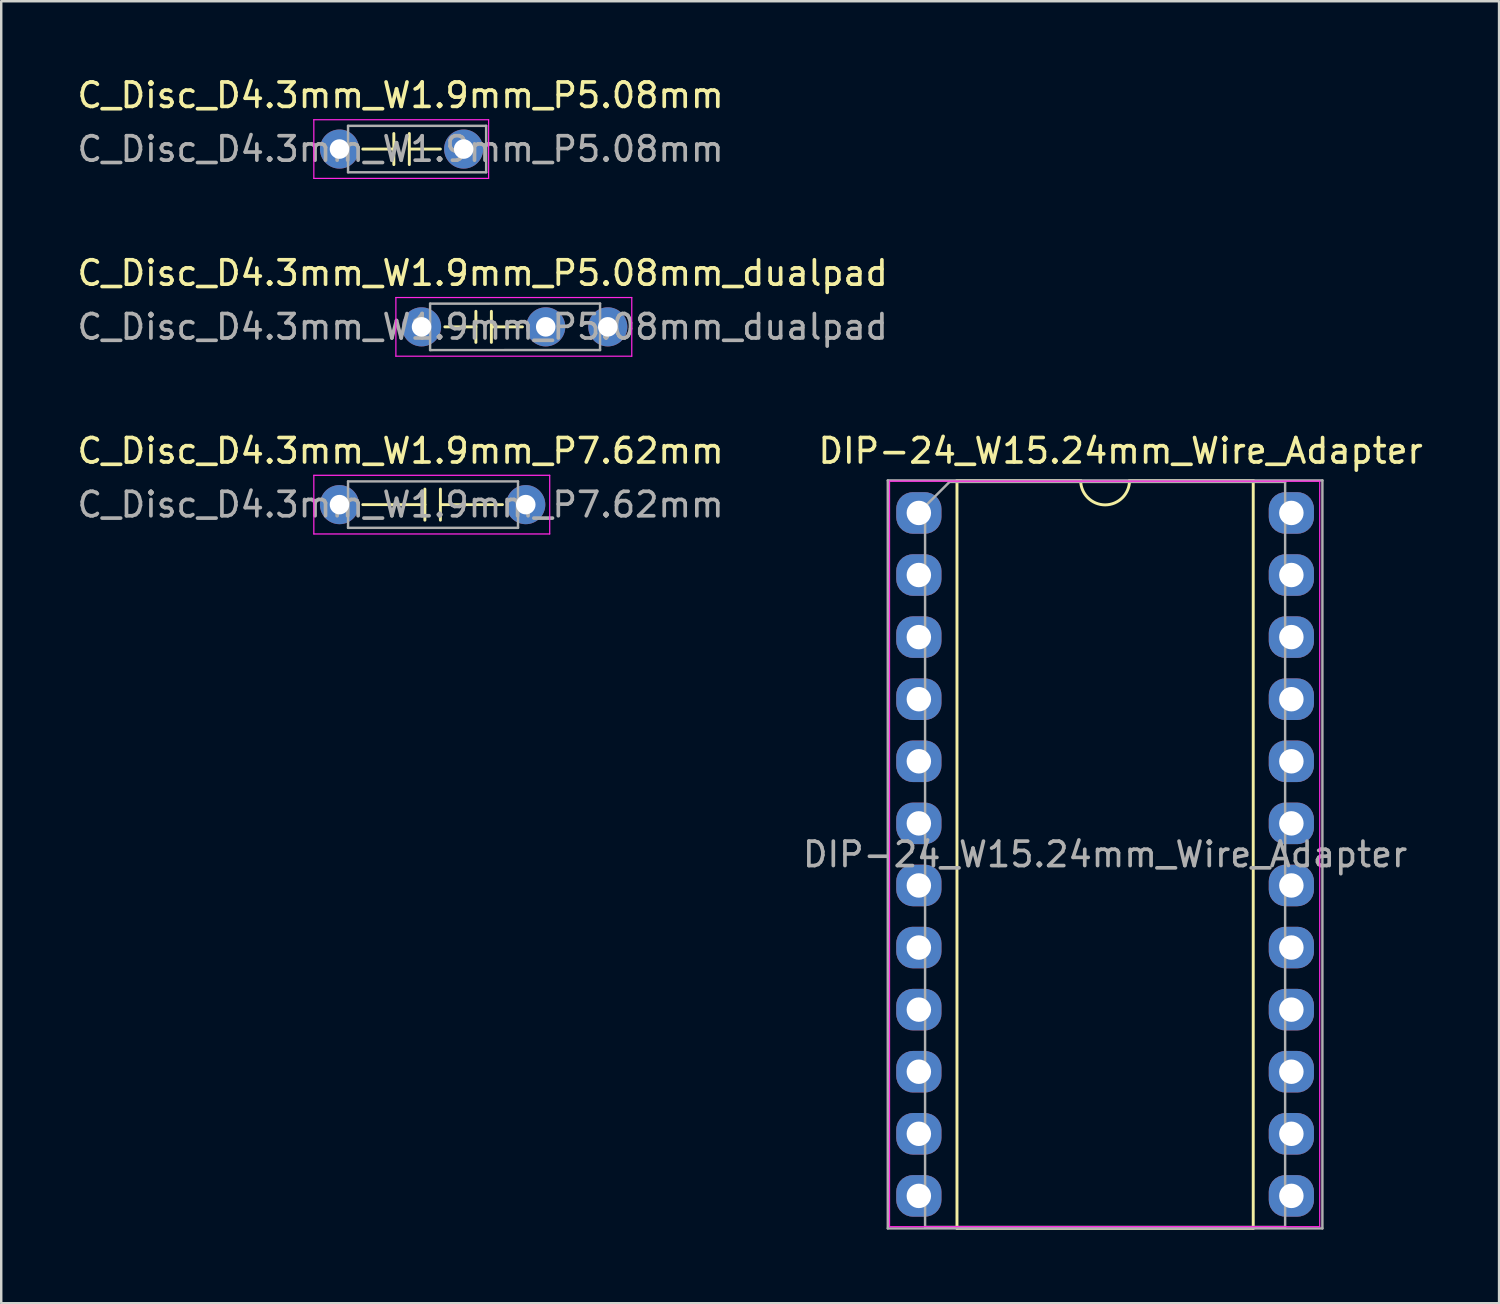
<source format=kicad_pcb>
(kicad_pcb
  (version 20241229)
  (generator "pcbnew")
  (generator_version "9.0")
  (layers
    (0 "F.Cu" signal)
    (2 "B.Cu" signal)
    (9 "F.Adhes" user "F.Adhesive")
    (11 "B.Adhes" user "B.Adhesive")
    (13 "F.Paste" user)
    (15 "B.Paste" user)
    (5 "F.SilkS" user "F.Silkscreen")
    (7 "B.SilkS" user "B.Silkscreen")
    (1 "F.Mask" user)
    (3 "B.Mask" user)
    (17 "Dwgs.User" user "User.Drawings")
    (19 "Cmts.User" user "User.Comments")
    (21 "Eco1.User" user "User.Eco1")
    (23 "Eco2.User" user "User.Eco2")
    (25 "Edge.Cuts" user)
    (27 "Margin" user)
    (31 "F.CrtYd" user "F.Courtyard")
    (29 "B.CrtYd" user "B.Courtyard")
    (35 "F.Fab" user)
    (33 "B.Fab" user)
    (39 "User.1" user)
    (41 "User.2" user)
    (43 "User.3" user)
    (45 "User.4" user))
  (footprint "C_Disc_D4.3mm_W1.9mm_P5.08mm"
    (layer "F.Cu")
    (at 10.839 3.048)
    (property "Reference" "C_Disc_D4.3mm_W1.9mm_P5.08mm" (at 2.5 -2.2 0) (layer "F.SilkS") (effects (font (size 1 1) (thickness 0.15))))
    (attr through_hole)
    (fp_line (start 0.953 0) (end 2.223 0) (stroke (width 0.12) (type solid)) (layer "F.SilkS"))
    (fp_line (start 2.223 -0.635) (end 2.223 0.635) (stroke (width 0.12) (type solid)) (layer "F.SilkS"))
    (fp_line (start 2.857 -0.635) (end 2.857 0.635) (stroke (width 0.12) (type solid)) (layer "F.SilkS"))
    (fp_line (start 2.857 0) (end 4.128 0) (stroke (width 0.12) (type solid)) (layer "F.SilkS"))
    (fp_line (start -1.05 -1.2) (end -1.05 1.2) (stroke (width 0.05) (type solid)) (layer "F.CrtYd"))
    (fp_line (start -1.05 1.2) (end 6.1 1.2) (stroke (width 0.05) (type solid)) (layer "F.CrtYd"))
    (fp_line (start 6.1 -1.2) (end -1.05 -1.2) (stroke (width 0.05) (type solid)) (layer "F.CrtYd"))
    (fp_line (start 6.1 1.2) (end 6.1 -1.2) (stroke (width 0.05) (type solid)) (layer "F.CrtYd"))
    (fp_line (start 0.35 -0.95) (end 0.35 0.95) (stroke (width 0.1) (type solid)) (layer "F.Fab"))
    (fp_line (start 0.35 0.95) (end 6 0.95) (stroke (width 0.1) (type solid)) (layer "F.Fab"))
    (fp_line (start 6 -0.95) (end 0.35 -0.95) (stroke (width 0.1) (type solid)) (layer "F.Fab"))
    (fp_line (start 6 0.95) (end 6 -0.95) (stroke (width 0.1) (type solid)) (layer "F.Fab"))
    (fp_text user "${REFERENCE}" (at 2.5 0 0) (layer "F.Fab") (effects (font (size 1 1) (thickness 0.15))))
    (pad "1" thru_hole circle (at 0 0) (size 1.6 1.6) (drill 0.8) (layers "*.Cu" "*.Mask"))
    (pad "2" thru_hole circle (at 5.08 0) (size 1.6 1.6) (drill 0.8) (layers "*.Cu" "*.Mask")))
  (footprint "DIP-24_W15.24mm_Wire_Adapter"
    (layer "F.Cu")
    (at 34.541 17.935)
    (property "Reference" "DIP-24_W15.24mm_Wire_Adapter" (at 8.255 -2.54 0) (layer "F.SilkS") (effects (font (size 1 1) (thickness 0.15))))
    (attr through_hole)
    (fp_line (start 1.56 -1.33) (end 1.56 29.27) (stroke (width 0.12) (type solid)) (layer "F.SilkS"))
    (fp_line (start 1.56 29.27) (end 13.68 29.27) (stroke (width 0.12) (type solid)) (layer "F.SilkS"))
    (fp_line (start 6.62 -1.33) (end 1.56 -1.33) (stroke (width 0.12) (type solid)) (layer "F.SilkS"))
    (fp_line (start 13.68 -1.33) (end 8.62 -1.33) (stroke (width 0.12) (type solid)) (layer "F.SilkS"))
    (fp_line (start 13.68 29.27) (end 13.68 -1.33) (stroke (width 0.12) (type solid)) (layer "F.SilkS"))
    (fp_arc (start 8.62 -1.33) (mid 7.62 -0.33) (end 6.62 -1.33) (stroke (width 0.12) (type solid)) (layer "F.SilkS"))
    (fp_line (start -1.2 -1.3) (end -1.2 29.2) (stroke (width 0.05) (type solid)) (layer "F.CrtYd"))
    (fp_line (start -1.2 29.2) (end 16.4 29.2) (stroke (width 0.05) (type solid)) (layer "F.CrtYd"))
    (fp_line (start 16.4 -1.3) (end -1.2 -1.3) (stroke (width 0.05) (type solid)) (layer "F.CrtYd"))
    (fp_line (start 16.4 29.2) (end 16.4 -1.3) (stroke (width 0.05) (type solid)) (layer "F.CrtYd"))
    (fp_line (start -1.27 -1.33) (end -1.27 29.27) (stroke (width 0.1) (type solid)) (layer "F.Fab"))
    (fp_line (start -1.27 29.27) (end 16.51 29.27) (stroke (width 0.1) (type solid)) (layer "F.Fab"))
    (fp_line (start 0.255 -0.27) (end 1.255 -1.27) (stroke (width 0.1) (type solid)) (layer "F.Fab"))
    (fp_line (start 0.255 29.21) (end 0.255 -0.27) (stroke (width 0.1) (type solid)) (layer "F.Fab"))
    (fp_line (start 1.255 -1.27) (end 14.985 -1.27) (stroke (width 0.1) (type solid)) (layer "F.Fab"))
    (fp_line (start 14.985 -1.27) (end 14.985 29.21) (stroke (width 0.1) (type solid)) (layer "F.Fab"))
    (fp_line (start 14.985 29.21) (end 0.255 29.21) (stroke (width 0.1) (type solid)) (layer "F.Fab"))
    (fp_line (start 16.51 -1.33) (end -1.27 -1.33) (stroke (width 0.1) (type solid)) (layer "F.Fab"))
    (fp_line (start 16.51 29.27) (end 16.51 -1.33) (stroke (width 0.1) (type solid)) (layer "F.Fab"))
    (fp_text user "${REFERENCE}" (at 7.62 13.97 0) (layer "F.Fab") (effects (font (size 1 1) (thickness 0.15))))
    (pad "1" thru_hole roundrect (at 0 0) (size 1.85 1.7) (drill 1) (layers "*.Cu" "*.Mask") (roundrect_rratio 0.4))
    (pad "2" thru_hole roundrect (at 0 2.54) (size 1.85 1.7) (drill 1) (layers "*.Cu" "*.Mask") (roundrect_rratio 0.4))
    (pad "3" thru_hole roundrect (at 0 5.08) (size 1.85 1.7) (drill 1) (layers "*.Cu" "*.Mask") (roundrect_rratio 0.4))
    (pad "4" thru_hole roundrect (at 0 7.62) (size 1.85 1.7) (drill 1) (layers "*.Cu" "*.Mask") (roundrect_rratio 0.4))
    (pad "5" thru_hole roundrect (at 0 10.16) (size 1.85 1.7) (drill 1) (layers "*.Cu" "*.Mask") (roundrect_rratio 0.4))
    (pad "6" thru_hole roundrect (at 0 12.7) (size 1.85 1.7) (drill 1) (layers "*.Cu" "*.Mask") (roundrect_rratio 0.4))
    (pad "7" thru_hole roundrect (at 0 15.24) (size 1.85 1.7) (drill 1) (layers "*.Cu" "*.Mask") (roundrect_rratio 0.4))
    (pad "8" thru_hole roundrect (at 0 17.78) (size 1.85 1.7) (drill 1) (layers "*.Cu" "*.Mask") (roundrect_rratio 0.4))
    (pad "9" thru_hole roundrect (at 0 20.32) (size 1.85 1.7) (drill 1) (layers "*.Cu" "*.Mask") (roundrect_rratio 0.4))
    (pad "10" thru_hole roundrect (at 0 22.86) (size 1.85 1.7) (drill 1) (layers "*.Cu" "*.Mask") (roundrect_rratio 0.4))
    (pad "11" thru_hole roundrect (at 0 25.4) (size 1.85 1.7) (drill 1) (layers "*.Cu" "*.Mask") (roundrect_rratio 0.4))
    (pad "12" thru_hole roundrect (at 0 27.94) (size 1.85 1.7) (drill 1) (layers "*.Cu" "*.Mask") (roundrect_rratio 0.4))
    (pad "13" thru_hole roundrect (at 15.24 27.94) (size 1.85 1.7) (drill 1) (layers "*.Cu" "*.Mask") (roundrect_rratio 0.4))
    (pad "14" thru_hole roundrect (at 15.24 25.4) (size 1.85 1.7) (drill 1) (layers "*.Cu" "*.Mask") (roundrect_rratio 0.4))
    (pad "15" thru_hole roundrect (at 15.24 22.86) (size 1.85 1.7) (drill 1) (layers "*.Cu" "*.Mask") (roundrect_rratio 0.4))
    (pad "16" thru_hole roundrect (at 15.24 20.32) (size 1.85 1.7) (drill 1) (layers "*.Cu" "*.Mask") (roundrect_rratio 0.4))
    (pad "17" thru_hole roundrect (at 15.24 17.78) (size 1.85 1.7) (drill 1) (layers "*.Cu" "*.Mask") (roundrect_rratio 0.4))
    (pad "18" thru_hole roundrect (at 15.24 15.24) (size 1.85 1.7) (drill 1) (layers "*.Cu" "*.Mask") (roundrect_rratio 0.4))
    (pad "19" thru_hole roundrect (at 15.24 12.7) (size 1.85 1.7) (drill 1) (layers "*.Cu" "*.Mask") (roundrect_rratio 0.4))
    (pad "20" thru_hole roundrect (at 15.24 10.16) (size 1.85 1.7) (drill 1) (layers "*.Cu" "*.Mask") (roundrect_rratio 0.4))
    (pad "21" thru_hole roundrect (at 15.24 7.62) (size 1.85 1.7) (drill 1) (layers "*.Cu" "*.Mask") (roundrect_rratio 0.4))
    (pad "22" thru_hole roundrect (at 15.24 5.08) (size 1.85 1.7) (drill 1) (layers "*.Cu" "*.Mask") (roundrect_rratio 0.4))
    (pad "23" thru_hole roundrect (at 15.24 2.54) (size 1.85 1.7) (drill 1) (layers "*.Cu" "*.Mask") (roundrect_rratio 0.4))
    (pad "24" thru_hole roundrect (at 15.24 0) (size 1.85 1.7) (drill 1) (layers "*.Cu" "*.Mask") (roundrect_rratio 0.4)))
  (footprint "C_Disc_D4.3mm_W1.9mm_P7.62mm"
    (layer "F.Cu")
    (at 10.839 17.595)
    (property "Reference" "C_Disc_D4.3mm_W1.9mm_P7.62mm" (at 2.5 -2.2 0) (layer "F.SilkS") (effects (font (size 1 1) (thickness 0.15))))
    (attr through_hole)
    (fp_line (start 0.953 0) (end 3.493 0) (stroke (width 0.12) (type solid)) (layer "F.SilkS"))
    (fp_line (start 3.493 -0.635) (end 3.493 0.635) (stroke (width 0.12) (type solid)) (layer "F.SilkS"))
    (fp_line (start 4.128 -0.635) (end 4.128 0.635) (stroke (width 0.12) (type solid)) (layer "F.SilkS"))
    (fp_line (start 4.128 0) (end 6.668 0) (stroke (width 0.12) (type solid)) (layer "F.SilkS"))
    (fp_line (start -1.05 -1.2) (end -1.05 1.2) (stroke (width 0.05) (type solid)) (layer "F.CrtYd"))
    (fp_line (start -1.05 1.2) (end 8.6 1.2) (stroke (width 0.05) (type solid)) (layer "F.CrtYd"))
    (fp_line (start 8.6 -1.2) (end -1.05 -1.2) (stroke (width 0.05) (type solid)) (layer "F.CrtYd"))
    (fp_line (start 8.6 1.2) (end 8.6 -1.2) (stroke (width 0.05) (type solid)) (layer "F.CrtYd"))
    (fp_line (start 0.35 -0.95) (end 0.35 0.95) (stroke (width 0.1) (type solid)) (layer "F.Fab"))
    (fp_line (start 0.35 0.95) (end 7.303 0.95) (stroke (width 0.1) (type solid)) (layer "F.Fab"))
    (fp_line (start 7.303 -0.95) (end 0.35 -0.95) (stroke (width 0.1) (type solid)) (layer "F.Fab"))
    (fp_line (start 7.303 0.95) (end 7.303 -0.95) (stroke (width 0.1) (type solid)) (layer "F.Fab"))
    (fp_text user "${REFERENCE}" (at 2.5 0 0) (layer "F.Fab") (effects (font (size 1 1) (thickness 0.15))))
    (pad "1" thru_hole circle (at 0 0) (size 1.6 1.6) (drill 0.8) (layers "*.Cu" "*.Mask"))
    (pad "2" thru_hole circle (at 7.62 0) (size 1.6 1.6) (drill 0.8) (layers "*.Cu" "*.Mask")))
  (footprint "C_Disc_D4.3mm_W1.9mm_P5.08mm_dualpad"
    (layer "F.Cu")
    (at 14.196 10.322)
    (property "Reference" "C_Disc_D4.3mm_W1.9mm_P5.08mm_dualpad" (at 2.5 -2.2 0) (layer "F.SilkS") (effects (font (size 1 1) (thickness 0.15))))
    (attr through_hole)
    (fp_line (start 0.953 0) (end 2.223 0) (stroke (width 0.12) (type solid)) (layer "F.SilkS"))
    (fp_line (start 2.223 -0.635) (end 2.223 0.635) (stroke (width 0.12) (type solid)) (layer "F.SilkS"))
    (fp_line (start 2.857 -0.635) (end 2.857 0.635) (stroke (width 0.12) (type solid)) (layer "F.SilkS"))
    (fp_line (start 2.857 0) (end 4.128 0) (stroke (width 0.12) (type solid)) (layer "F.SilkS"))
    (fp_line (start -1.05 -1.2) (end -1.05 1.2) (stroke (width 0.05) (type solid)) (layer "F.CrtYd"))
    (fp_line (start -1.05 1.2) (end 8.6 1.2) (stroke (width 0.05) (type solid)) (layer "F.CrtYd"))
    (fp_line (start 8.6 -1.2) (end -1.05 -1.2) (stroke (width 0.05) (type solid)) (layer "F.CrtYd"))
    (fp_line (start 8.6 1.2) (end 8.6 -1.2) (stroke (width 0.05) (type solid)) (layer "F.CrtYd"))
    (fp_line (start 0.35 -0.95) (end 0.35 0.95) (stroke (width 0.1) (type solid)) (layer "F.Fab"))
    (fp_line (start 0.35 0.95) (end 7.303 0.948) (stroke (width 0.1) (type solid)) (layer "F.Fab"))
    (fp_line (start 7.303 -0.953) (end 0.35 -0.95) (stroke (width 0.1) (type solid)) (layer "F.Fab"))
    (fp_line (start 7.303 0.948) (end 7.303 -0.953) (stroke (width 0.1) (type solid)) (layer "F.Fab"))
    (fp_text user "${REFERENCE}" (at 2.5 0 0) (layer "F.Fab") (effects (font (size 1 1) (thickness 0.15))))
    (pad "1" thru_hole circle (at 0 0) (size 1.6 1.6) (drill 0.8) (layers "*.Cu" "*.Mask"))
    (pad "2" thru_hole circle (at 5.08 0) (size 1.6 1.6) (drill 0.8) (layers "*.Cu" "*.Mask"))
    (pad "2" thru_hole circle (at 7.62 0) (size 1.6 1.6) (drill 0.8) (layers "*.Cu" "*.Mask")))
  (gr_rect
    (start -3 -3)
    (end 58.278 50.265)
    (stroke (width 0.1) (type default))
    (fill no)
    (layer "Edge.Cuts")))
</source>
